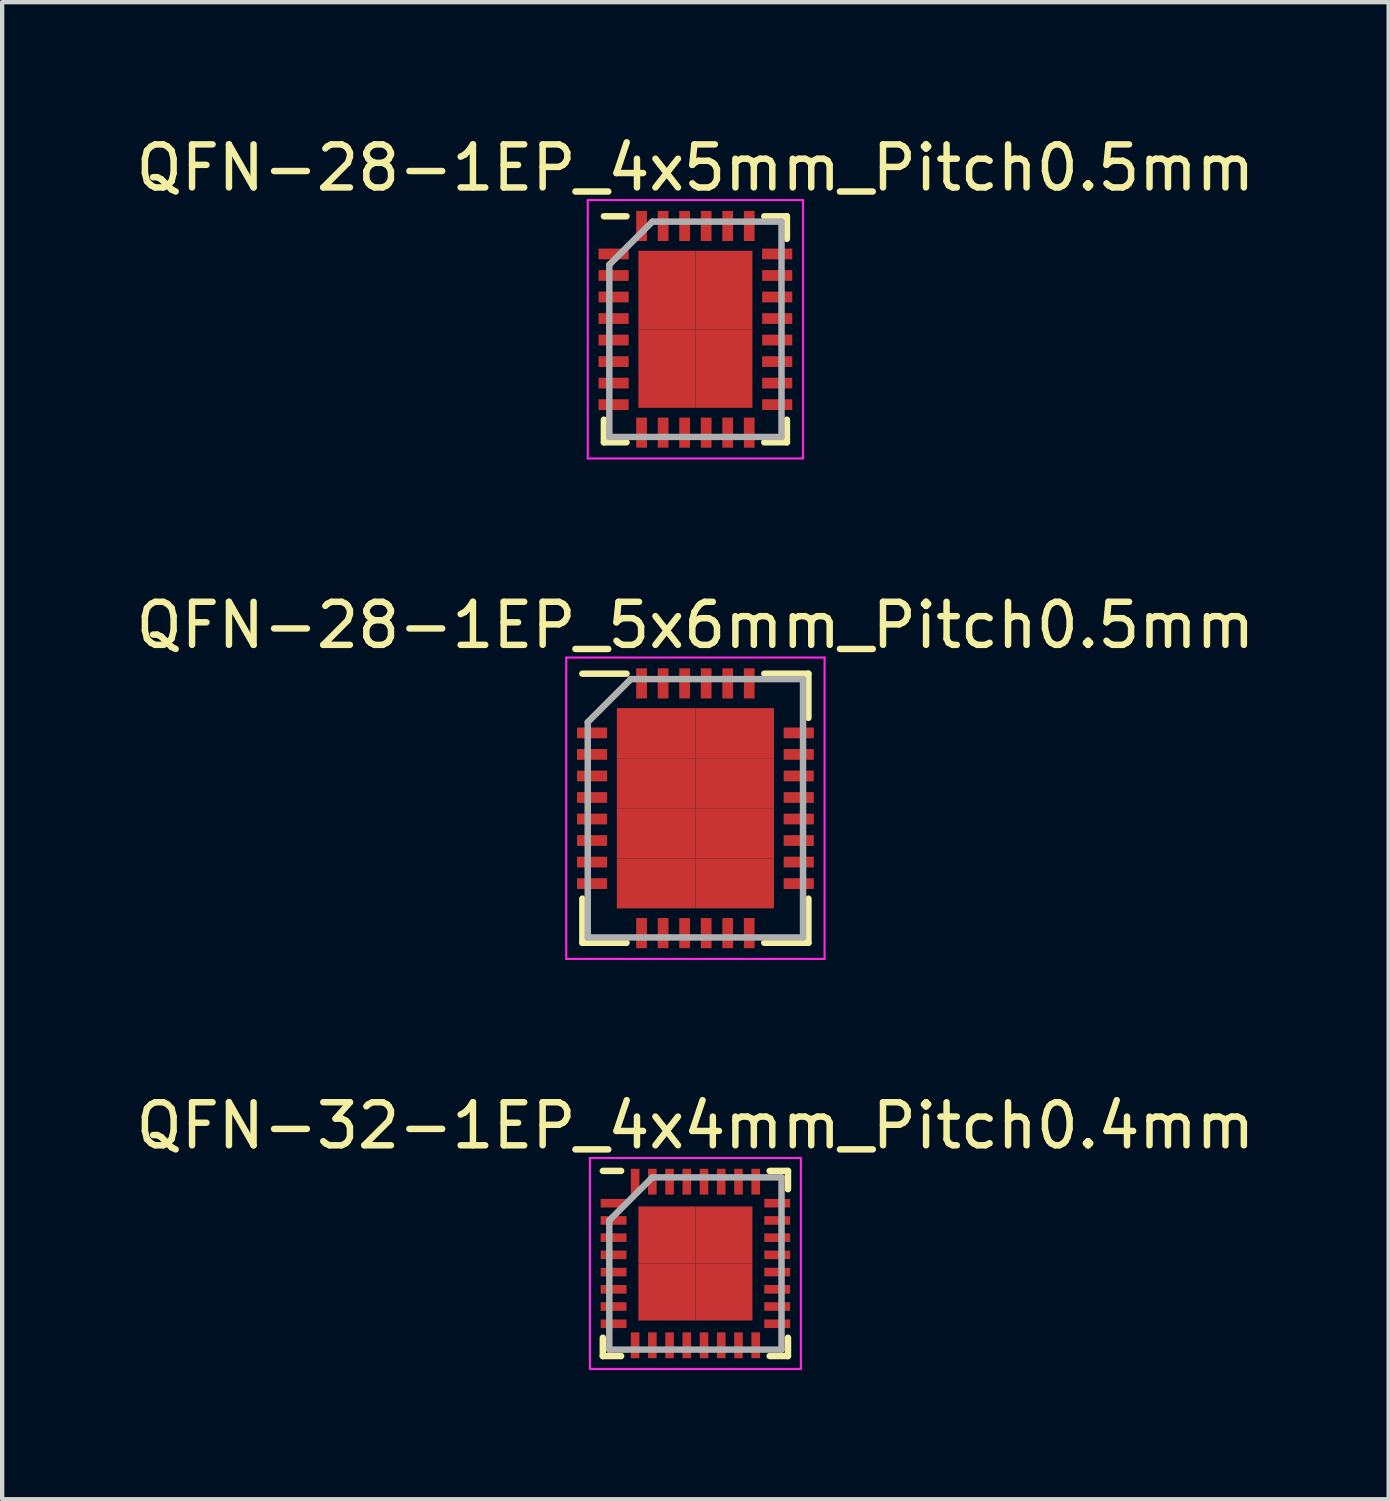
<source format=kicad_pcb>
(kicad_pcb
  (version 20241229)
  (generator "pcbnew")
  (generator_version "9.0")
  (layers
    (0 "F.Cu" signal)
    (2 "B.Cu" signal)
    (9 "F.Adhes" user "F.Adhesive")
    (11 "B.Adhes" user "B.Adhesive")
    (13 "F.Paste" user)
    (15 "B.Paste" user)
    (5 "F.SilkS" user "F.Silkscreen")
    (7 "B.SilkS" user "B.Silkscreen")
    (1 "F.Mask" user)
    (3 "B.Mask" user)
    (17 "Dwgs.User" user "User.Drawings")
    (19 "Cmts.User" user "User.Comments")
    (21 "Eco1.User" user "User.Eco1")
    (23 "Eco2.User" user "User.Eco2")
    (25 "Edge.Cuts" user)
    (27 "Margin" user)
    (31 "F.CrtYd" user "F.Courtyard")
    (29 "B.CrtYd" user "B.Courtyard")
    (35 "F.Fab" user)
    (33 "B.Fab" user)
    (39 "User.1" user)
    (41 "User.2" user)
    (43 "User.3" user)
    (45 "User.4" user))
  (footprint "QFN-28-1EP_4x5mm_Pitch0.5mm"
    (layer "F.Cu")
    (at 13.101 4.598)
    (property "Reference" "QFN-28-1EP_4x5mm_Pitch0.5mm" (at 0 -3.75 0) (layer "F.SilkS") (effects (font (size 1 1) (thickness 0.15))))
    (attr smd)
    (fp_line (start -2.125 -2.625) (end -1.6 -2.625) (stroke (width 0.15) (type solid)) (layer "F.SilkS"))
    (fp_line (start -2.125 2.625) (end -2.125 2.1) (stroke (width 0.15) (type solid)) (layer "F.SilkS"))
    (fp_line (start -2.125 2.625) (end -1.6 2.625) (stroke (width 0.15) (type solid)) (layer "F.SilkS"))
    (fp_line (start 2.125 -2.625) (end 1.6 -2.625) (stroke (width 0.15) (type solid)) (layer "F.SilkS"))
    (fp_line (start 2.125 -2.625) (end 2.125 -2.1) (stroke (width 0.15) (type solid)) (layer "F.SilkS"))
    (fp_line (start 2.125 2.625) (end 1.6 2.625) (stroke (width 0.15) (type solid)) (layer "F.SilkS"))
    (fp_line (start 2.125 2.625) (end 2.125 2.1) (stroke (width 0.15) (type solid)) (layer "F.SilkS"))
    (fp_line (start -2.5 -3) (end -2.5 3) (stroke (width 0.05) (type solid)) (layer "F.CrtYd"))
    (fp_line (start -2.5 -3) (end 2.5 -3) (stroke (width 0.05) (type solid)) (layer "F.CrtYd"))
    (fp_line (start -2.5 3) (end 2.5 3) (stroke (width 0.05) (type solid)) (layer "F.CrtYd"))
    (fp_line (start 2.5 -3) (end 2.5 3) (stroke (width 0.05) (type solid)) (layer "F.CrtYd"))
    (fp_line (start -2 -1.5) (end -1 -2.5) (stroke (width 0.15) (type solid)) (layer "F.Fab"))
    (fp_line (start -2 2.5) (end -2 -1.5) (stroke (width 0.15) (type solid)) (layer "F.Fab"))
    (fp_line (start -1 -2.5) (end 2 -2.5) (stroke (width 0.15) (type solid)) (layer "F.Fab"))
    (fp_line (start 2 -2.5) (end 2 2.5) (stroke (width 0.15) (type solid)) (layer "F.Fab"))
    (fp_line (start 2 2.5) (end -2 2.5) (stroke (width 0.15) (type solid)) (layer "F.Fab"))
    (pad "1" smd rect (at -1.9 -1.75) (size 0.7 0.25) (layers "F.Cu" "F.Mask" "F.Paste"))
    (pad "2" smd rect (at -1.9 -1.25) (size 0.7 0.25) (layers "F.Cu" "F.Mask" "F.Paste"))
    (pad "3" smd rect (at -1.9 -0.75) (size 0.7 0.25) (layers "F.Cu" "F.Mask" "F.Paste"))
    (pad "4" smd rect (at -1.9 -0.25) (size 0.7 0.25) (layers "F.Cu" "F.Mask" "F.Paste"))
    (pad "5" smd rect (at -1.9 0.25) (size 0.7 0.25) (layers "F.Cu" "F.Mask" "F.Paste"))
    (pad "6" smd rect (at -1.9 0.75) (size 0.7 0.25) (layers "F.Cu" "F.Mask" "F.Paste"))
    (pad "7" smd rect (at -1.9 1.25) (size 0.7 0.25) (layers "F.Cu" "F.Mask" "F.Paste"))
    (pad "8" smd rect (at -1.9 1.75) (size 0.7 0.25) (layers "F.Cu" "F.Mask" "F.Paste"))
    (pad "9" smd rect (at -1.25 2.4 90) (size 0.7 0.25) (layers "F.Cu" "F.Mask" "F.Paste"))
    (pad "10" smd rect (at -0.75 2.4 90) (size 0.7 0.25) (layers "F.Cu" "F.Mask" "F.Paste"))
    (pad "11" smd rect (at -0.25 2.4 90) (size 0.7 0.25) (layers "F.Cu" "F.Mask" "F.Paste"))
    (pad "12" smd rect (at 0.25 2.4 90) (size 0.7 0.25) (layers "F.Cu" "F.Mask" "F.Paste"))
    (pad "13" smd rect (at 0.75 2.4 90) (size 0.7 0.25) (layers "F.Cu" "F.Mask" "F.Paste"))
    (pad "14" smd rect (at 1.25 2.4 90) (size 0.7 0.25) (layers "F.Cu" "F.Mask" "F.Paste"))
    (pad "15" smd rect (at 1.9 1.75) (size 0.7 0.25) (layers "F.Cu" "F.Mask" "F.Paste"))
    (pad "16" smd rect (at 1.9 1.25) (size 0.7 0.25) (layers "F.Cu" "F.Mask" "F.Paste"))
    (pad "17" smd rect (at 1.9 0.75) (size 0.7 0.25) (layers "F.Cu" "F.Mask" "F.Paste"))
    (pad "18" smd rect (at 1.9 0.25) (size 0.7 0.25) (layers "F.Cu" "F.Mask" "F.Paste"))
    (pad "19" smd rect (at 1.9 -0.25) (size 0.7 0.25) (layers "F.Cu" "F.Mask" "F.Paste"))
    (pad "20" smd rect (at 1.9 -0.75) (size 0.7 0.25) (layers "F.Cu" "F.Mask" "F.Paste"))
    (pad "21" smd rect (at 1.9 -1.25) (size 0.7 0.25) (layers "F.Cu" "F.Mask" "F.Paste"))
    (pad "22" smd rect (at 1.9 -1.75) (size 0.7 0.25) (layers "F.Cu" "F.Mask" "F.Paste"))
    (pad "23" smd rect (at 1.25 -2.4 90) (size 0.7 0.25) (layers "F.Cu" "F.Mask" "F.Paste"))
    (pad "24" smd rect (at 0.75 -2.4 90) (size 0.7 0.25) (layers "F.Cu" "F.Mask" "F.Paste"))
    (pad "25" smd rect (at 0.25 -2.4 90) (size 0.7 0.25) (layers "F.Cu" "F.Mask" "F.Paste"))
    (pad "26" smd rect (at -0.25 -2.4 90) (size 0.7 0.25) (layers "F.Cu" "F.Mask" "F.Paste"))
    (pad "27" smd rect (at -0.75 -2.4 90) (size 0.7 0.25) (layers "F.Cu" "F.Mask" "F.Paste"))
    (pad "28" smd rect (at -1.25 -2.4 90) (size 0.7 0.25) (layers "F.Cu" "F.Mask" "F.Paste"))
    (pad "29" smd rect (at -0.662 -0.912) (size 1.325 1.825) (layers "F.Cu" "F.Mask" "F.Paste"))
    (pad "29" smd rect (at -0.662 0.912) (size 1.325 1.825) (layers "F.Cu" "F.Mask" "F.Paste"))
    (pad "29" smd rect (at 0.662 -0.912) (size 1.325 1.825) (layers "F.Cu" "F.Mask" "F.Paste"))
    (pad "29" smd rect (at 0.662 0.912) (size 1.325 1.825) (layers "F.Cu" "F.Mask" "F.Paste")))
  (footprint "QFN-28-1EP_5x6mm_Pitch0.5mm"
    (layer "F.Cu")
    (at 13.101 15.722)
    (property "Reference" "QFN-28-1EP_5x6mm_Pitch0.5mm" (at 0 -4.25 0) (layer "F.SilkS") (effects (font (size 1 1) (thickness 0.15))))
    (attr smd)
    (fp_line (start -2.625 -3.125) (end -1.6 -3.125) (stroke (width 0.15) (type solid)) (layer "F.SilkS"))
    (fp_line (start -2.625 3.125) (end -2.625 2.1) (stroke (width 0.15) (type solid)) (layer "F.SilkS"))
    (fp_line (start -2.625 3.125) (end -1.6 3.125) (stroke (width 0.15) (type solid)) (layer "F.SilkS"))
    (fp_line (start 2.625 -3.125) (end 1.6 -3.125) (stroke (width 0.15) (type solid)) (layer "F.SilkS"))
    (fp_line (start 2.625 -3.125) (end 2.625 -2.1) (stroke (width 0.15) (type solid)) (layer "F.SilkS"))
    (fp_line (start 2.625 3.125) (end 1.6 3.125) (stroke (width 0.15) (type solid)) (layer "F.SilkS"))
    (fp_line (start 2.625 3.125) (end 2.625 2.1) (stroke (width 0.15) (type solid)) (layer "F.SilkS"))
    (fp_line (start -3 -3.5) (end -3 3.5) (stroke (width 0.05) (type solid)) (layer "F.CrtYd"))
    (fp_line (start -3 -3.5) (end 3 -3.5) (stroke (width 0.05) (type solid)) (layer "F.CrtYd"))
    (fp_line (start -3 3.5) (end 3 3.5) (stroke (width 0.05) (type solid)) (layer "F.CrtYd"))
    (fp_line (start 3 -3.5) (end 3 3.5) (stroke (width 0.05) (type solid)) (layer "F.CrtYd"))
    (fp_line (start -2.5 -2) (end -1.5 -3) (stroke (width 0.15) (type solid)) (layer "F.Fab"))
    (fp_line (start -2.5 3) (end -2.5 -2) (stroke (width 0.15) (type solid)) (layer "F.Fab"))
    (fp_line (start -1.5 -3) (end 2.5 -3) (stroke (width 0.15) (type solid)) (layer "F.Fab"))
    (fp_line (start 2.5 -3) (end 2.5 3) (stroke (width 0.15) (type solid)) (layer "F.Fab"))
    (fp_line (start 2.5 3) (end -2.5 3) (stroke (width 0.15) (type solid)) (layer "F.Fab"))
    (pad "1" smd rect (at -2.4 -1.75) (size 0.7 0.25) (layers "F.Cu" "F.Mask" "F.Paste"))
    (pad "2" smd rect (at -2.4 -1.25) (size 0.7 0.25) (layers "F.Cu" "F.Mask" "F.Paste"))
    (pad "3" smd rect (at -2.4 -0.75) (size 0.7 0.25) (layers "F.Cu" "F.Mask" "F.Paste"))
    (pad "4" smd rect (at -2.4 -0.25) (size 0.7 0.25) (layers "F.Cu" "F.Mask" "F.Paste"))
    (pad "5" smd rect (at -2.4 0.25) (size 0.7 0.25) (layers "F.Cu" "F.Mask" "F.Paste"))
    (pad "6" smd rect (at -2.4 0.75) (size 0.7 0.25) (layers "F.Cu" "F.Mask" "F.Paste"))
    (pad "7" smd rect (at -2.4 1.25) (size 0.7 0.25) (layers "F.Cu" "F.Mask" "F.Paste"))
    (pad "8" smd rect (at -2.4 1.75) (size 0.7 0.25) (layers "F.Cu" "F.Mask" "F.Paste"))
    (pad "9" smd rect (at -1.25 2.9 90) (size 0.7 0.25) (layers "F.Cu" "F.Mask" "F.Paste"))
    (pad "10" smd rect (at -0.75 2.9 90) (size 0.7 0.25) (layers "F.Cu" "F.Mask" "F.Paste"))
    (pad "11" smd rect (at -0.25 2.9 90) (size 0.7 0.25) (layers "F.Cu" "F.Mask" "F.Paste"))
    (pad "12" smd rect (at 0.25 2.9 90) (size 0.7 0.25) (layers "F.Cu" "F.Mask" "F.Paste"))
    (pad "13" smd rect (at 0.75 2.9 90) (size 0.7 0.25) (layers "F.Cu" "F.Mask" "F.Paste"))
    (pad "14" smd rect (at 1.25 2.9 90) (size 0.7 0.25) (layers "F.Cu" "F.Mask" "F.Paste"))
    (pad "15" smd rect (at 2.4 1.75) (size 0.7 0.25) (layers "F.Cu" "F.Mask" "F.Paste"))
    (pad "16" smd rect (at 2.4 1.25) (size 0.7 0.25) (layers "F.Cu" "F.Mask" "F.Paste"))
    (pad "17" smd rect (at 2.4 0.75) (size 0.7 0.25) (layers "F.Cu" "F.Mask" "F.Paste"))
    (pad "18" smd rect (at 2.4 0.25) (size 0.7 0.25) (layers "F.Cu" "F.Mask" "F.Paste"))
    (pad "19" smd rect (at 2.4 -0.25) (size 0.7 0.25) (layers "F.Cu" "F.Mask" "F.Paste"))
    (pad "20" smd rect (at 2.4 -0.75) (size 0.7 0.25) (layers "F.Cu" "F.Mask" "F.Paste"))
    (pad "21" smd rect (at 2.4 -1.25) (size 0.7 0.25) (layers "F.Cu" "F.Mask" "F.Paste"))
    (pad "22" smd rect (at 2.4 -1.75) (size 0.7 0.25) (layers "F.Cu" "F.Mask" "F.Paste"))
    (pad "23" smd rect (at 1.25 -2.9 90) (size 0.7 0.25) (layers "F.Cu" "F.Mask" "F.Paste"))
    (pad "24" smd rect (at 0.75 -2.9 90) (size 0.7 0.25) (layers "F.Cu" "F.Mask" "F.Paste"))
    (pad "25" smd rect (at 0.25 -2.9 90) (size 0.7 0.25) (layers "F.Cu" "F.Mask" "F.Paste"))
    (pad "26" smd rect (at -0.25 -2.9 90) (size 0.7 0.25) (layers "F.Cu" "F.Mask" "F.Paste"))
    (pad "27" smd rect (at -0.75 -2.9 90) (size 0.7 0.25) (layers "F.Cu" "F.Mask" "F.Paste"))
    (pad "28" smd rect (at -1.25 -2.9 90) (size 0.7 0.25) (layers "F.Cu" "F.Mask" "F.Paste"))
    (pad "29" smd rect (at -0.912 -1.744) (size 1.825 1.163) (layers "F.Cu" "F.Mask" "F.Paste"))
    (pad "29" smd rect (at -0.912 -0.581) (size 1.825 1.163) (layers "F.Cu" "F.Mask" "F.Paste"))
    (pad "29" smd rect (at -0.912 0.581) (size 1.825 1.163) (layers "F.Cu" "F.Mask" "F.Paste"))
    (pad "29" smd rect (at -0.912 1.744) (size 1.825 1.163) (layers "F.Cu" "F.Mask" "F.Paste"))
    (pad "29" smd rect (at 0.912 -1.744) (size 1.825 1.163) (layers "F.Cu" "F.Mask" "F.Paste"))
    (pad "29" smd rect (at 0.912 -0.581) (size 1.825 1.163) (layers "F.Cu" "F.Mask" "F.Paste"))
    (pad "29" smd rect (at 0.912 0.581) (size 1.825 1.163) (layers "F.Cu" "F.Mask" "F.Paste"))
    (pad "29" smd rect (at 0.912 1.744) (size 1.825 1.163) (layers "F.Cu" "F.Mask" "F.Paste")))
  (footprint "QFN-32-1EP_4x4mm_Pitch0.4mm"
    (layer "F.Cu")
    (at 13.101 26.295)
    (property "Reference" "QFN-32-1EP_4x4mm_Pitch0.4mm" (at 0 -3.2 0) (layer "F.SilkS") (effects (font (size 1 1) (thickness 0.15))))
    (attr smd)
    (fp_line (start -2.15 -2.15) (end -1.725 -2.15) (stroke (width 0.15) (type solid)) (layer "F.SilkS"))
    (fp_line (start -2.15 2.15) (end -2.15 1.725) (stroke (width 0.15) (type solid)) (layer "F.SilkS"))
    (fp_line (start -2.15 2.15) (end -1.725 2.15) (stroke (width 0.15) (type solid)) (layer "F.SilkS"))
    (fp_line (start 2.15 -2.15) (end 1.725 -2.15) (stroke (width 0.15) (type solid)) (layer "F.SilkS"))
    (fp_line (start 2.15 -2.15) (end 2.15 -1.725) (stroke (width 0.15) (type solid)) (layer "F.SilkS"))
    (fp_line (start 2.15 2.15) (end 1.725 2.15) (stroke (width 0.15) (type solid)) (layer "F.SilkS"))
    (fp_line (start 2.15 2.15) (end 2.15 1.725) (stroke (width 0.15) (type solid)) (layer "F.SilkS"))
    (fp_line (start -2.45 -2.45) (end -2.45 2.45) (stroke (width 0.05) (type solid)) (layer "F.CrtYd"))
    (fp_line (start -2.45 -2.45) (end 2.45 -2.45) (stroke (width 0.05) (type solid)) (layer "F.CrtYd"))
    (fp_line (start -2.45 2.45) (end 2.45 2.45) (stroke (width 0.05) (type solid)) (layer "F.CrtYd"))
    (fp_line (start 2.45 -2.45) (end 2.45 2.45) (stroke (width 0.05) (type solid)) (layer "F.CrtYd"))
    (fp_line (start -2 -1) (end -1 -2) (stroke (width 0.15) (type solid)) (layer "F.Fab"))
    (fp_line (start -2 2) (end -2 -1) (stroke (width 0.15) (type solid)) (layer "F.Fab"))
    (fp_line (start -1 -2) (end 2 -2) (stroke (width 0.15) (type solid)) (layer "F.Fab"))
    (fp_line (start 2 -2) (end 2 2) (stroke (width 0.15) (type solid)) (layer "F.Fab"))
    (fp_line (start 2 2) (end -2 2) (stroke (width 0.15) (type solid)) (layer "F.Fab"))
    (pad "1" smd rect (at -1.9 -1.4) (size 0.6 0.2) (layers "F.Cu" "F.Mask" "F.Paste"))
    (pad "2" smd rect (at -1.9 -1) (size 0.6 0.2) (layers "F.Cu" "F.Mask" "F.Paste"))
    (pad "3" smd rect (at -1.9 -0.6) (size 0.6 0.2) (layers "F.Cu" "F.Mask" "F.Paste"))
    (pad "4" smd rect (at -1.9 -0.2) (size 0.6 0.2) (layers "F.Cu" "F.Mask" "F.Paste"))
    (pad "5" smd rect (at -1.9 0.2) (size 0.6 0.2) (layers "F.Cu" "F.Mask" "F.Paste"))
    (pad "6" smd rect (at -1.9 0.6) (size 0.6 0.2) (layers "F.Cu" "F.Mask" "F.Paste"))
    (pad "7" smd rect (at -1.9 1) (size 0.6 0.2) (layers "F.Cu" "F.Mask" "F.Paste"))
    (pad "8" smd rect (at -1.9 1.4) (size 0.6 0.2) (layers "F.Cu" "F.Mask" "F.Paste"))
    (pad "9" smd rect (at -1.4 1.9 90) (size 0.6 0.2) (layers "F.Cu" "F.Mask" "F.Paste"))
    (pad "10" smd rect (at -1 1.9 90) (size 0.6 0.2) (layers "F.Cu" "F.Mask" "F.Paste"))
    (pad "11" smd rect (at -0.6 1.9 90) (size 0.6 0.2) (layers "F.Cu" "F.Mask" "F.Paste"))
    (pad "12" smd rect (at -0.2 1.9 90) (size 0.6 0.2) (layers "F.Cu" "F.Mask" "F.Paste"))
    (pad "13" smd rect (at 0.2 1.9 90) (size 0.6 0.2) (layers "F.Cu" "F.Mask" "F.Paste"))
    (pad "14" smd rect (at 0.6 1.9 90) (size 0.6 0.2) (layers "F.Cu" "F.Mask" "F.Paste"))
    (pad "15" smd rect (at 1 1.9 90) (size 0.6 0.2) (layers "F.Cu" "F.Mask" "F.Paste"))
    (pad "16" smd rect (at 1.4 1.9 90) (size 0.6 0.2) (layers "F.Cu" "F.Mask" "F.Paste"))
    (pad "17" smd rect (at 1.9 1.4) (size 0.6 0.2) (layers "F.Cu" "F.Mask" "F.Paste"))
    (pad "18" smd rect (at 1.9 1) (size 0.6 0.2) (layers "F.Cu" "F.Mask" "F.Paste"))
    (pad "19" smd rect (at 1.9 0.6) (size 0.6 0.2) (layers "F.Cu" "F.Mask" "F.Paste"))
    (pad "20" smd rect (at 1.9 0.2) (size 0.6 0.2) (layers "F.Cu" "F.Mask" "F.Paste"))
    (pad "21" smd rect (at 1.9 -0.2) (size 0.6 0.2) (layers "F.Cu" "F.Mask" "F.Paste"))
    (pad "22" smd rect (at 1.9 -0.6) (size 0.6 0.2) (layers "F.Cu" "F.Mask" "F.Paste"))
    (pad "23" smd rect (at 1.9 -1) (size 0.6 0.2) (layers "F.Cu" "F.Mask" "F.Paste"))
    (pad "24" smd rect (at 1.9 -1.4) (size 0.6 0.2) (layers "F.Cu" "F.Mask" "F.Paste"))
    (pad "25" smd rect (at 1.4 -1.9 90) (size 0.6 0.2) (layers "F.Cu" "F.Mask" "F.Paste"))
    (pad "26" smd rect (at 1 -1.9 90) (size 0.6 0.2) (layers "F.Cu" "F.Mask" "F.Paste"))
    (pad "27" smd rect (at 0.6 -1.9 90) (size 0.6 0.2) (layers "F.Cu" "F.Mask" "F.Paste"))
    (pad "28" smd rect (at 0.2 -1.9 90) (size 0.6 0.2) (layers "F.Cu" "F.Mask" "F.Paste"))
    (pad "29" smd rect (at -0.2 -1.9 90) (size 0.6 0.2) (layers "F.Cu" "F.Mask" "F.Paste"))
    (pad "30" smd rect (at -0.6 -1.9 90) (size 0.6 0.2) (layers "F.Cu" "F.Mask" "F.Paste"))
    (pad "31" smd rect (at -1 -1.9 90) (size 0.6 0.2) (layers "F.Cu" "F.Mask" "F.Paste"))
    (pad "32" smd rect (at -1.4 -1.9 90) (size 0.6 0.2) (layers "F.Cu" "F.Mask" "F.Paste"))
    (pad "33" smd rect (at -0.662 -0.662) (size 1.325 1.325) (layers "F.Cu" "F.Mask" "F.Paste"))
    (pad "33" smd rect (at -0.662 0.662) (size 1.325 1.325) (layers "F.Cu" "F.Mask" "F.Paste"))
    (pad "33" smd rect (at 0.662 -0.662) (size 1.325 1.325) (layers "F.Cu" "F.Mask" "F.Paste"))
    (pad "33" smd rect (at 0.662 0.662) (size 1.325 1.325) (layers "F.Cu" "F.Mask" "F.Paste")))
  (gr_rect
    (start -3 -3)
    (end 29.202 31.77)
    (stroke (width 0.1) (type default))
    (fill no)
    (layer "Edge.Cuts")))
</source>
